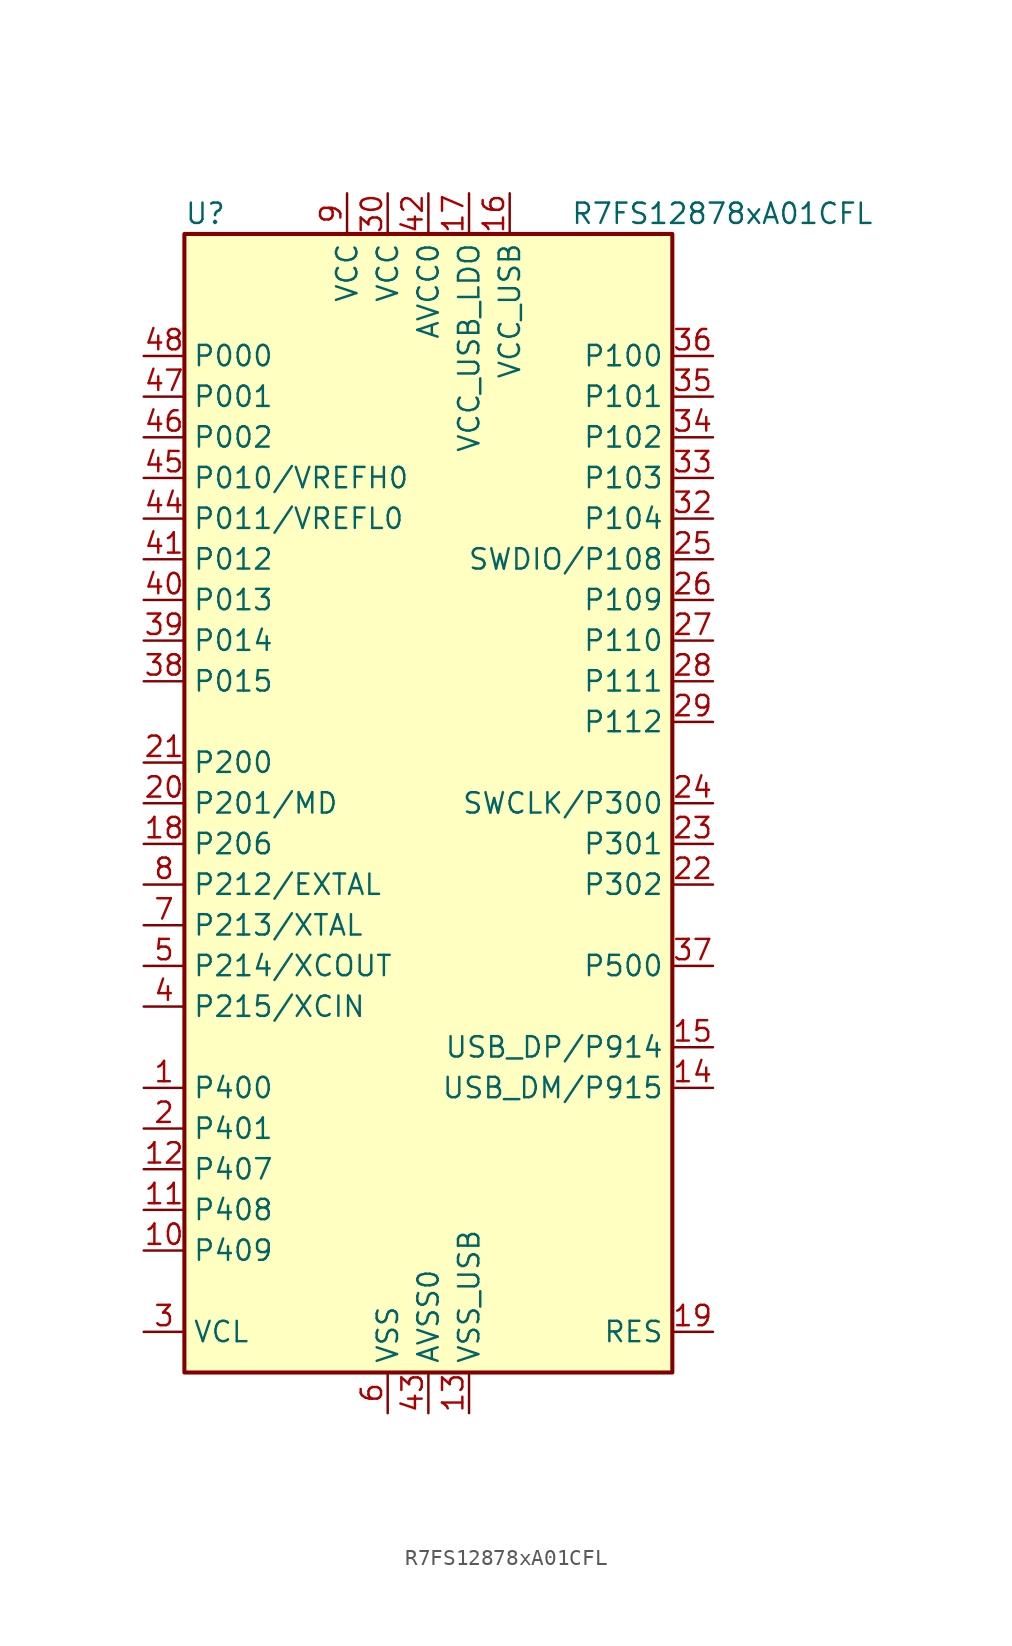
<source format=kicad_sym>
(kicad_symbol_lib
  (version 20231120)
  (generator "kicad_symbol_editor")
  (generator_version "8.0")
  (symbol "R7FS12878xA01CFL"
    (property "Reference" "U"
      (at -15.24 36.83 0)
      (effects (font (size 1.27 1.27)) (justify left)))
    (property "Value" "R7FS12878xA01CFL"
      (at 8.89 36.83 0)
      (effects (font (size 1.27 1.27)) (justify left)))
    (symbol "R7FS12878xA01CFL_0_1"
      (rectangle (start -15.24 -35.56) (end 15.24 35.56) (stroke (width 0.254) (type default)) (fill (type background))))
    (symbol "R7FS12878xA01CFL_1_1"
      (pin bidirectional line (at -17.78 -17.78 0) (length 2.54) (name "P400" (effects (font (size 1.27 1.27)))) (number "1" (effects (font (size 1.27 1.27)))))
      (pin bidirectional line (at -17.78 -27.94 0) (length 2.54) (name "P409" (effects (font (size 1.27 1.27)))) (number "10" (effects (font (size 1.27 1.27)))))
      (pin bidirectional line (at -17.78 -25.4 0) (length 2.54) (name "P408" (effects (font (size 1.27 1.27)))) (number "11" (effects (font (size 1.27 1.27)))))
      (pin bidirectional line (at -17.78 -22.86 0) (length 2.54) (name "P407" (effects (font (size 1.27 1.27)))) (number "12" (effects (font (size 1.27 1.27)))))
      (pin power_in line (at 2.54 -38.1 90) (length 2.54) (name "VSS_USB" (effects (font (size 1.27 1.27)))) (number "13" (effects (font (size 1.27 1.27)))))
      (pin bidirectional line (at 17.78 -17.78 180) (length 2.54) (name "USB_DM/P915" (effects (font (size 1.27 1.27)))) (number "14" (effects (font (size 1.27 1.27)))))
      (pin bidirectional line (at 17.78 -15.24 180) (length 2.54) (name "USB_DP/P914" (effects (font (size 1.27 1.27)))) (number "15" (effects (font (size 1.27 1.27)))))
      (pin power_in line (at 5.08 38.1 270) (length 2.54) (name "VCC_USB" (effects (font (size 1.27 1.27)))) (number "16" (effects (font (size 1.27 1.27)))))
      (pin power_in line (at 2.54 38.1 270) (length 2.54) (name "VCC_USB_LDO" (effects (font (size 1.27 1.27)))) (number "17" (effects (font (size 1.27 1.27)))))
      (pin bidirectional line (at -17.78 -2.54 0) (length 2.54) (name "P206" (effects (font (size 1.27 1.27)))) (number "18" (effects (font (size 1.27 1.27)))))
      (pin input line (at 17.78 -33.02 180) (length 2.54) (name "RES" (effects (font (size 1.27 1.27)))) (number "19" (effects (font (size 1.27 1.27)))))
      (pin bidirectional line (at -17.78 -20.32 0) (length 2.54) (name "P401" (effects (font (size 1.27 1.27)))) (number "2" (effects (font (size 1.27 1.27)))))
      (pin bidirectional line (at -17.78 0 0) (length 2.54) (name "P201/MD" (effects (font (size 1.27 1.27)))) (number "20" (effects (font (size 1.27 1.27)))))
      (pin bidirectional line (at -17.78 2.54 0) (length 2.54) (name "P200" (effects (font (size 1.27 1.27)))) (number "21" (effects (font (size 1.27 1.27)))))
      (pin bidirectional line (at 17.78 -5.08 180) (length 2.54) (name "P302" (effects (font (size 1.27 1.27)))) (number "22" (effects (font (size 1.27 1.27)))))
      (pin bidirectional line (at 17.78 -2.54 180) (length 2.54) (name "P301" (effects (font (size 1.27 1.27)))) (number "23" (effects (font (size 1.27 1.27)))))
      (pin bidirectional line (at 17.78 0 180) (length 2.54) (name "SWCLK/P300" (effects (font (size 1.27 1.27)))) (number "24" (effects (font (size 1.27 1.27)))))
      (pin bidirectional line (at 17.78 15.24 180) (length 2.54) (name "SWDIO/P108" (effects (font (size 1.27 1.27)))) (number "25" (effects (font (size 1.27 1.27)))))
      (pin bidirectional line (at 17.78 12.7 180) (length 2.54) (name "P109" (effects (font (size 1.27 1.27)))) (number "26" (effects (font (size 1.27 1.27)))))
      (pin bidirectional line (at 17.78 10.16 180) (length 2.54) (name "P110" (effects (font (size 1.27 1.27)))) (number "27" (effects (font (size 1.27 1.27)))))
      (pin bidirectional line (at 17.78 7.62 180) (length 2.54) (name "P111" (effects (font (size 1.27 1.27)))) (number "28" (effects (font (size 1.27 1.27)))))
      (pin bidirectional line (at 17.78 5.08 180) (length 2.54) (name "P112" (effects (font (size 1.27 1.27)))) (number "29" (effects (font (size 1.27 1.27)))))
      (pin passive line (at -17.78 -33.02 0) (length 2.54) (name "VCL" (effects (font (size 1.27 1.27)))) (number "3" (effects (font (size 1.27 1.27)))))
      (pin power_in line (at -2.54 38.1 270) (length 2.54) (name "VCC" (effects (font (size 1.27 1.27)))) (number "30" (effects (font (size 1.27 1.27)))))
      (pin passive line (at -2.54 -38.1 90) (length 2.54) hide (name "VSS" (effects (font (size 1.27 1.27)))) (number "31" (effects (font (size 1.27 1.27)))))
      (pin bidirectional line (at 17.78 17.78 180) (length 2.54) (name "P104" (effects (font (size 1.27 1.27)))) (number "32" (effects (font (size 1.27 1.27)))))
      (pin bidirectional line (at 17.78 20.32 180) (length 2.54) (name "P103" (effects (font (size 1.27 1.27)))) (number "33" (effects (font (size 1.27 1.27)))))
      (pin bidirectional line (at 17.78 22.86 180) (length 2.54) (name "P102" (effects (font (size 1.27 1.27)))) (number "34" (effects (font (size 1.27 1.27)))))
      (pin bidirectional line (at 17.78 25.4 180) (length 2.54) (name "P101" (effects (font (size 1.27 1.27)))) (number "35" (effects (font (size 1.27 1.27)))))
      (pin bidirectional line (at 17.78 27.94 180) (length 2.54) (name "P100" (effects (font (size 1.27 1.27)))) (number "36" (effects (font (size 1.27 1.27)))))
      (pin bidirectional line (at 17.78 -10.16 180) (length 2.54) (name "P500" (effects (font (size 1.27 1.27)))) (number "37" (effects (font (size 1.27 1.27)))))
      (pin bidirectional line (at -17.78 7.62 0) (length 2.54) (name "P015" (effects (font (size 1.27 1.27)))) (number "38" (effects (font (size 1.27 1.27)))))
      (pin bidirectional line (at -17.78 10.16 0) (length 2.54) (name "P014" (effects (font (size 1.27 1.27)))) (number "39" (effects (font (size 1.27 1.27)))))
      (pin bidirectional line (at -17.78 -12.7 0) (length 2.54) (name "P215/XCIN" (effects (font (size 1.27 1.27)))) (number "4" (effects (font (size 1.27 1.27)))))
      (pin bidirectional line (at -17.78 12.7 0) (length 2.54) (name "P013" (effects (font (size 1.27 1.27)))) (number "40" (effects (font (size 1.27 1.27)))))
      (pin bidirectional line (at -17.78 15.24 0) (length 2.54) (name "P012" (effects (font (size 1.27 1.27)))) (number "41" (effects (font (size 1.27 1.27)))))
      (pin power_in line (at 0 38.1 270) (length 2.54) (name "AVCC0" (effects (font (size 1.27 1.27)))) (number "42" (effects (font (size 1.27 1.27)))))
      (pin power_in line (at 0 -38.1 90) (length 2.54) (name "AVSS0" (effects (font (size 1.27 1.27)))) (number "43" (effects (font (size 1.27 1.27)))))
      (pin bidirectional line (at -17.78 17.78 0) (length 2.54) (name "P011/VREFL0" (effects (font (size 1.27 1.27)))) (number "44" (effects (font (size 1.27 1.27)))))
      (pin bidirectional line (at -17.78 20.32 0) (length 2.54) (name "P010/VREFH0" (effects (font (size 1.27 1.27)))) (number "45" (effects (font (size 1.27 1.27)))))
      (pin bidirectional line (at -17.78 22.86 0) (length 2.54) (name "P002" (effects (font (size 1.27 1.27)))) (number "46" (effects (font (size 1.27 1.27)))))
      (pin bidirectional line (at -17.78 25.4 0) (length 2.54) (name "P001" (effects (font (size 1.27 1.27)))) (number "47" (effects (font (size 1.27 1.27)))))
      (pin bidirectional line (at -17.78 27.94 0) (length 2.54) (name "P000" (effects (font (size 1.27 1.27)))) (number "48" (effects (font (size 1.27 1.27)))))
      (pin bidirectional line (at -17.78 -10.16 0) (length 2.54) (name "P214/XCOUT" (effects (font (size 1.27 1.27)))) (number "5" (effects (font (size 1.27 1.27)))))
      (pin power_in line (at -2.54 -38.1 90) (length 2.54) (name "VSS" (effects (font (size 1.27 1.27)))) (number "6" (effects (font (size 1.27 1.27)))))
      (pin bidirectional line (at -17.78 -7.62 0) (length 2.54) (name "P213/XTAL" (effects (font (size 1.27 1.27)))) (number "7" (effects (font (size 1.27 1.27)))))
      (pin bidirectional line (at -17.78 -5.08 0) (length 2.54) (name "P212/EXTAL" (effects (font (size 1.27 1.27)))) (number "8" (effects (font (size 1.27 1.27)))))
      (pin power_in line (at -5.08 38.1 270) (length 2.54) (name "VCC" (effects (font (size 1.27 1.27)))) (number "9" (effects (font (size 1.27 1.27))))))))
</source>
